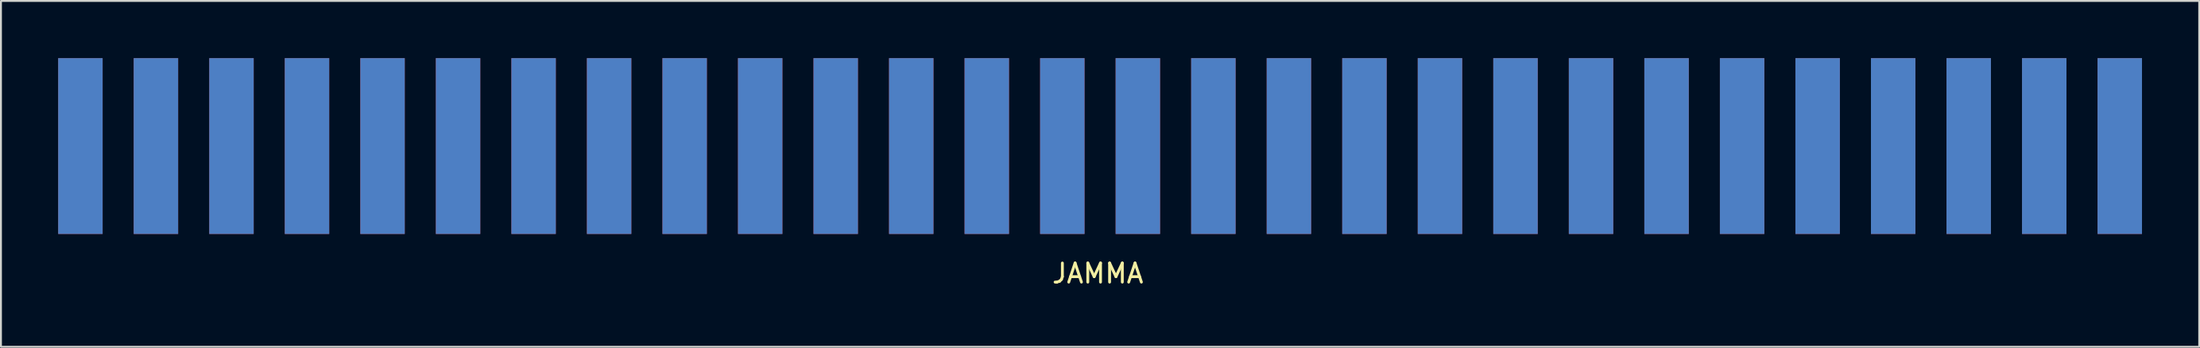
<source format=kicad_pcb>
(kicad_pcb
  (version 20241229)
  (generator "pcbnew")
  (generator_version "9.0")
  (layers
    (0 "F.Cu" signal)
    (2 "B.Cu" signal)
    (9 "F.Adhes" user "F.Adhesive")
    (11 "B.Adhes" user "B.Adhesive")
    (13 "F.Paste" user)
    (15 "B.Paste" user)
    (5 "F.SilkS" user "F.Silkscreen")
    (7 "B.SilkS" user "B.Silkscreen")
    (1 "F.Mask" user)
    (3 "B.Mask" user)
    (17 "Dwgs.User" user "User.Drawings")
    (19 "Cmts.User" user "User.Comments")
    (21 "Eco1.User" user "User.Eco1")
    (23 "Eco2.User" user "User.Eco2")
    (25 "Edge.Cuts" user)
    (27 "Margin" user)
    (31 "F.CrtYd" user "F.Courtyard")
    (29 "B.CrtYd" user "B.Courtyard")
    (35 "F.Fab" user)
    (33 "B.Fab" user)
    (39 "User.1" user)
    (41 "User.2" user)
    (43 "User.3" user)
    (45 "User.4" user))
  (footprint "JAMMA"
    (layer "F.Cu")
    (at 54.505 4.61)
    (property "Reference" "JAMMA" (at 0 6.68 0) (layer "F.SilkS") (effects (font (size 1 1) (thickness 0.15))))
    (attr through_hole)
    (pad "1" smd rect (at -53.34 0) (size 2.33 9.22) (layers "F.Cu" "F.Mask" "F.Paste"))
    (pad "2" smd rect (at -49.38 0) (size 2.33 9.22) (layers "F.Cu" "F.Mask" "F.Paste"))
    (pad "3" smd rect (at -45.42 0) (size 2.33 9.22) (layers "F.Cu" "F.Mask" "F.Paste"))
    (pad "4" smd rect (at -41.46 0) (size 2.33 9.22) (layers "F.Cu" "F.Mask" "F.Paste"))
    (pad "5" smd rect (at -37.5 0) (size 2.33 9.22) (layers "F.Cu" "F.Mask" "F.Paste"))
    (pad "6" smd rect (at -33.54 0) (size 2.33 9.22) (layers "F.Cu" "F.Mask" "F.Paste"))
    (pad "7" smd rect (at -29.58 0) (size 2.33 9.22) (layers "F.Cu" "F.Mask" "F.Paste"))
    (pad "8" smd rect (at -25.62 0) (size 2.33 9.22) (layers "F.Cu" "F.Mask" "F.Paste"))
    (pad "9" smd rect (at -21.66 0) (size 2.33 9.22) (layers "F.Cu" "F.Mask" "F.Paste"))
    (pad "10" smd rect (at -17.7 0) (size 2.33 9.22) (layers "F.Cu" "F.Mask" "F.Paste"))
    (pad "11" smd rect (at -13.74 0) (size 2.33 9.22) (layers "F.Cu" "F.Mask" "F.Paste"))
    (pad "12" smd rect (at -9.78 0) (size 2.33 9.22) (layers "F.Cu" "F.Mask" "F.Paste"))
    (pad "13" smd rect (at -5.82 0) (size 2.33 9.22) (layers "F.Cu" "F.Mask" "F.Paste"))
    (pad "14" smd rect (at -1.86 0) (size 2.33 9.22) (layers "F.Cu" "F.Mask" "F.Paste"))
    (pad "15" smd rect (at 2.1 0) (size 2.33 9.22) (layers "F.Cu" "F.Mask" "F.Paste"))
    (pad "16" smd rect (at 6.06 0) (size 2.33 9.22) (layers "F.Cu" "F.Mask" "F.Paste"))
    (pad "17" smd rect (at 10.02 0) (size 2.33 9.22) (layers "F.Cu" "F.Mask" "F.Paste"))
    (pad "18" smd rect (at 13.98 0) (size 2.33 9.22) (layers "F.Cu" "F.Mask" "F.Paste"))
    (pad "19" smd rect (at 17.94 0) (size 2.33 9.22) (layers "F.Cu" "F.Mask" "F.Paste"))
    (pad "20" smd rect (at 21.9 0) (size 2.33 9.22) (layers "F.Cu" "F.Mask" "F.Paste"))
    (pad "21" smd rect (at 25.86 0) (size 2.33 9.22) (layers "F.Cu" "F.Mask" "F.Paste"))
    (pad "22" smd rect (at 29.82 0) (size 2.33 9.22) (layers "F.Cu" "F.Mask" "F.Paste"))
    (pad "23" smd rect (at 33.78 0) (size 2.33 9.22) (layers "F.Cu" "F.Mask" "F.Paste"))
    (pad "24" smd rect (at 37.74 0) (size 2.33 9.22) (layers "F.Cu" "F.Mask" "F.Paste"))
    (pad "25" smd rect (at 41.7 0) (size 2.33 9.22) (layers "F.Cu" "F.Mask" "F.Paste"))
    (pad "26" smd rect (at 45.66 0) (size 2.33 9.22) (layers "F.Cu" "F.Mask" "F.Paste"))
    (pad "27" smd rect (at 49.62 0) (size 2.33 9.22) (layers "F.Cu" "F.Mask" "F.Paste"))
    (pad "28" smd rect (at 53.58 0) (size 2.33 9.22) (layers "F.Cu" "F.Mask" "F.Paste"))
    (pad "A" smd rect (at -53.34 0) (size 2.33 9.22) (layers "B.Cu" "B.Mask" "B.Paste"))
    (pad "B" smd rect (at -49.38 0) (size 2.33 9.22) (layers "B.Cu" "B.Mask" "B.Paste"))
    (pad "C" smd rect (at -45.42 0) (size 2.33 9.22) (layers "B.Cu" "B.Mask" "B.Paste"))
    (pad "D" smd rect (at -41.46 0) (size 2.33 9.22) (layers "B.Cu" "B.Mask" "B.Paste"))
    (pad "E" smd rect (at -37.5 0) (size 2.33 9.22) (layers "B.Cu" "B.Mask" "B.Paste"))
    (pad "F" smd rect (at -33.54 0) (size 2.33 9.22) (layers "B.Cu" "B.Mask" "B.Paste"))
    (pad "H" smd rect (at -29.58 0) (size 2.33 9.22) (layers "B.Cu" "B.Mask" "B.Paste"))
    (pad "J" smd rect (at -25.62 0) (size 2.33 9.22) (layers "B.Cu" "B.Mask" "B.Paste"))
    (pad "K" smd rect (at -21.66 0) (size 2.33 9.22) (layers "B.Cu" "B.Mask" "B.Paste"))
    (pad "L" smd rect (at -17.7 0) (size 2.33 9.22) (layers "B.Cu" "B.Mask" "B.Paste"))
    (pad "M" smd rect (at -13.74 0) (size 2.33 9.22) (layers "B.Cu" "B.Mask" "B.Paste"))
    (pad "N" smd rect (at -9.78 0) (size 2.33 9.22) (layers "B.Cu" "B.Mask" "B.Paste"))
    (pad "P" smd rect (at -5.82 0) (size 2.33 9.22) (layers "B.Cu" "B.Mask" "B.Paste"))
    (pad "R" smd rect (at -1.86 0) (size 2.33 9.22) (layers "B.Cu" "B.Mask" "B.Paste"))
    (pad "S" smd rect (at 2.1 0) (size 2.33 9.22) (layers "B.Cu" "B.Mask" "B.Paste"))
    (pad "T" smd rect (at 6.06 0) (size 2.33 9.22) (layers "B.Cu" "B.Mask" "B.Paste"))
    (pad "U" smd rect (at 10.02 0) (size 2.33 9.22) (layers "B.Cu" "B.Mask" "B.Paste"))
    (pad "V" smd rect (at 13.98 0) (size 2.33 9.22) (layers "B.Cu" "B.Mask" "B.Paste"))
    (pad "W" smd rect (at 17.94 0) (size 2.33 9.22) (layers "B.Cu" "B.Mask" "B.Paste"))
    (pad "X" smd rect (at 21.9 0) (size 2.33 9.22) (layers "B.Cu" "B.Mask" "B.Paste"))
    (pad "Y" smd rect (at 25.86 0) (size 2.33 9.22) (layers "B.Cu" "B.Mask" "B.Paste"))
    (pad "Z" smd rect (at 29.82 0) (size 2.33 9.22) (layers "B.Cu" "B.Mask" "B.Paste"))
    (pad "a" smd rect (at 33.78 0) (size 2.33 9.22) (layers "B.Cu" "B.Mask" "B.Paste"))
    (pad "b" smd rect (at 37.74 0) (size 2.33 9.22) (layers "B.Cu" "B.Mask" "B.Paste"))
    (pad "c" smd rect (at 41.7 0) (size 2.33 9.22) (layers "B.Cu" "B.Mask" "B.Paste"))
    (pad "d" smd rect (at 45.66 0) (size 2.33 9.22) (layers "B.Cu" "B.Mask" "B.Paste"))
    (pad "e" smd rect (at 49.62 0) (size 2.33 9.22) (layers "B.Cu" "B.Mask" "B.Paste"))
    (pad "f" smd rect (at 53.58 0) (size 2.33 9.22) (layers "B.Cu" "B.Mask" "B.Paste")))
  (gr_rect
    (start -3 -3)
    (end 112.25 15.138)
    (stroke (width 0.1) (type default))
    (fill no)
    (layer "Edge.Cuts")))
</source>
